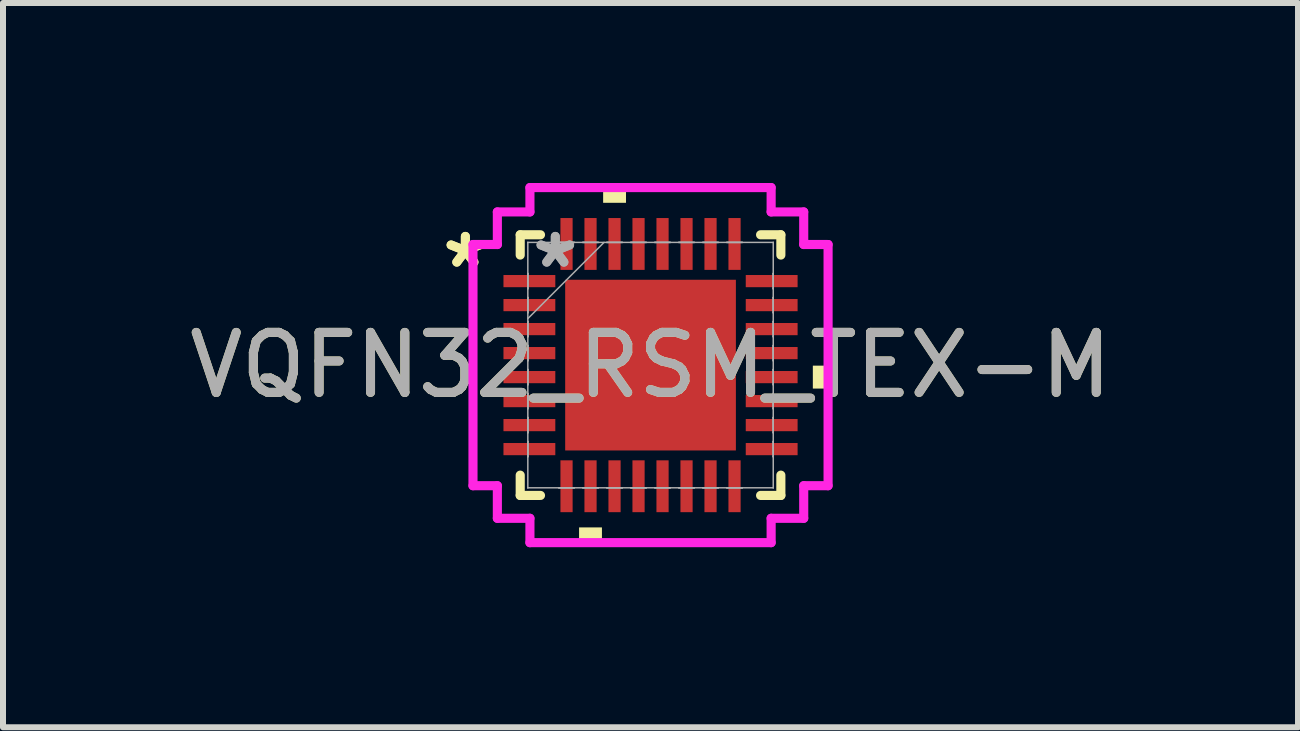
<source format=kicad_pcb>
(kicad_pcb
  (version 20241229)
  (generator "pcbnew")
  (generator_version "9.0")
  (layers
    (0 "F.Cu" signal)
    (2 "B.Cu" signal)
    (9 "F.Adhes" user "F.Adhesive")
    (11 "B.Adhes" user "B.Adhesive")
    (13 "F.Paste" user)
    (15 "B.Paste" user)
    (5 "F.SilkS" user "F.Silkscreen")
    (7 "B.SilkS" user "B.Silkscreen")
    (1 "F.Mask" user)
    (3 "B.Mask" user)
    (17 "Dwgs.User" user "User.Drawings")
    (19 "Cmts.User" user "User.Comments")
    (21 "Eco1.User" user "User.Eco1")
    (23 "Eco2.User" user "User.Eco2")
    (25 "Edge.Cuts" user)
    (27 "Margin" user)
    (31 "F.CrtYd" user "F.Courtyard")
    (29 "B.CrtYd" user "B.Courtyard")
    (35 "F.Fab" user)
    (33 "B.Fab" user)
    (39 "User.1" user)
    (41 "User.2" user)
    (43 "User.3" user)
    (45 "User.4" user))
  (footprint "VQFN32_RSM_TEX-M"
    (layer "F.Cu")
    (at 7.792 3.035)
    (property "Reference" "VQFN32_RSM_TEX-M" (at 0 0 0) (unlocked yes) (layer "F.SilkS") (effects (font (size 1 1) (thickness 0.15))))
    (attr smd)
    (fp_line (start -2.172 -2.172) (end -2.172 -1.834) (stroke (width 0.152) (type solid)) (layer "F.SilkS"))
    (fp_line (start -2.172 1.834) (end -2.172 2.172) (stroke (width 0.152) (type solid)) (layer "F.SilkS"))
    (fp_line (start -2.172 2.172) (end -1.834 2.172) (stroke (width 0.152) (type solid)) (layer "F.SilkS"))
    (fp_line (start -1.834 -2.172) (end -2.172 -2.172) (stroke (width 0.152) (type solid)) (layer "F.SilkS"))
    (fp_line (start 1.834 2.172) (end 2.172 2.172) (stroke (width 0.152) (type solid)) (layer "F.SilkS"))
    (fp_line (start 2.172 -2.172) (end 1.834 -2.172) (stroke (width 0.152) (type solid)) (layer "F.SilkS"))
    (fp_line (start 2.172 -1.834) (end 2.172 -2.172) (stroke (width 0.152) (type solid)) (layer "F.SilkS"))
    (fp_line (start 2.172 2.172) (end 2.172 1.834) (stroke (width 0.152) (type solid)) (layer "F.SilkS"))
    (fp_poly (pts (xy -1.191 2.705) (xy -1.191 2.959) (xy -0.81 2.959) (xy -0.81 2.705)) (stroke (width 0) (type solid)) (fill yes) (layer "F.SilkS"))
    (fp_poly (pts (xy -0.79 -2.705) (xy -0.79 -2.959) (xy -0.409 -2.959) (xy -0.409 -2.705)) (stroke (width 0) (type solid)) (fill yes) (layer "F.SilkS"))
    (fp_poly (pts (xy 2.959 0.009) (xy 2.959 0.391) (xy 2.705 0.391) (xy 2.705 0.009)) (stroke (width 0) (type solid)) (fill yes) (layer "F.SilkS"))
    (fp_poly (pts (xy -1.322 -1.322) (xy -1.322 -0.1) (xy -0.1 -0.1) (xy -0.1 -1.322)) (stroke (width 0) (type solid)) (fill yes) (layer "F.Paste"))
    (fp_poly (pts (xy -1.322 0.1) (xy -1.322 1.322) (xy -0.1 1.322) (xy -0.1 0.1)) (stroke (width 0) (type solid)) (fill yes) (layer "F.Paste"))
    (fp_poly (pts (xy 0.1 -1.322) (xy 0.1 -0.1) (xy 1.322 -0.1) (xy 1.322 -1.322)) (stroke (width 0) (type solid)) (fill yes) (layer "F.Paste"))
    (fp_poly (pts (xy 0.1 0.1) (xy 0.1 1.322) (xy 1.322 1.322) (xy 1.322 0.1)) (stroke (width 0) (type solid)) (fill yes) (layer "F.Paste"))
    (fp_line (start -2.959 -2.01) (end -2.553 -2.01) (stroke (width 0.152) (type solid)) (layer "F.CrtYd"))
    (fp_line (start -2.959 2.01) (end -2.959 -2.01) (stroke (width 0.152) (type solid)) (layer "F.CrtYd"))
    (fp_line (start -2.553 -2.553) (end -2.01 -2.553) (stroke (width 0.152) (type solid)) (layer "F.CrtYd"))
    (fp_line (start -2.553 -2.01) (end -2.553 -2.553) (stroke (width 0.152) (type solid)) (layer "F.CrtYd"))
    (fp_line (start -2.553 2.01) (end -2.959 2.01) (stroke (width 0.152) (type solid)) (layer "F.CrtYd"))
    (fp_line (start -2.553 2.553) (end -2.553 2.01) (stroke (width 0.152) (type solid)) (layer "F.CrtYd"))
    (fp_line (start -2.01 -2.959) (end 2.01 -2.959) (stroke (width 0.152) (type solid)) (layer "F.CrtYd"))
    (fp_line (start -2.01 -2.553) (end -2.01 -2.959) (stroke (width 0.152) (type solid)) (layer "F.CrtYd"))
    (fp_line (start -2.01 2.553) (end -2.553 2.553) (stroke (width 0.152) (type solid)) (layer "F.CrtYd"))
    (fp_line (start -2.01 2.959) (end -2.01 2.553) (stroke (width 0.152) (type solid)) (layer "F.CrtYd"))
    (fp_line (start 2.01 -2.959) (end 2.01 -2.553) (stroke (width 0.152) (type solid)) (layer "F.CrtYd"))
    (fp_line (start 2.01 -2.553) (end 2.553 -2.553) (stroke (width 0.152) (type solid)) (layer "F.CrtYd"))
    (fp_line (start 2.01 2.553) (end 2.01 2.959) (stroke (width 0.152) (type solid)) (layer "F.CrtYd"))
    (fp_line (start 2.01 2.959) (end -2.01 2.959) (stroke (width 0.152) (type solid)) (layer "F.CrtYd"))
    (fp_line (start 2.553 -2.553) (end 2.553 -2.01) (stroke (width 0.152) (type solid)) (layer "F.CrtYd"))
    (fp_line (start 2.553 -2.01) (end 2.959 -2.01) (stroke (width 0.152) (type solid)) (layer "F.CrtYd"))
    (fp_line (start 2.553 2.01) (end 2.553 2.553) (stroke (width 0.152) (type solid)) (layer "F.CrtYd"))
    (fp_line (start 2.553 2.553) (end 2.01 2.553) (stroke (width 0.152) (type solid)) (layer "F.CrtYd"))
    (fp_line (start 2.959 -2.01) (end 2.959 2.01) (stroke (width 0.152) (type solid)) (layer "F.CrtYd"))
    (fp_line (start 2.959 2.01) (end 2.553 2.01) (stroke (width 0.152) (type solid)) (layer "F.CrtYd"))
    (fp_line (start -2.045 -2.045) (end -2.045 -2.045) (stroke (width 0.025) (type solid)) (layer "F.Fab"))
    (fp_line (start -2.045 -2.045) (end -2.045 2.045) (stroke (width 0.025) (type solid)) (layer "F.Fab"))
    (fp_line (start -2.045 -1.527) (end -2.045 -1.527) (stroke (width 0.025) (type solid)) (layer "F.Fab"))
    (fp_line (start -2.045 -1.527) (end -2.045 -1.273) (stroke (width 0.025) (type solid)) (layer "F.Fab"))
    (fp_line (start -2.045 -1.273) (end -2.045 -1.527) (stroke (width 0.025) (type solid)) (layer "F.Fab"))
    (fp_line (start -2.045 -1.273) (end -2.045 -1.273) (stroke (width 0.025) (type solid)) (layer "F.Fab"))
    (fp_line (start -2.045 -1.127) (end -2.045 -1.127) (stroke (width 0.025) (type solid)) (layer "F.Fab"))
    (fp_line (start -2.045 -1.127) (end -2.045 -0.873) (stroke (width 0.025) (type solid)) (layer "F.Fab"))
    (fp_line (start -2.045 -0.873) (end -2.045 -1.127) (stroke (width 0.025) (type solid)) (layer "F.Fab"))
    (fp_line (start -2.045 -0.873) (end -2.045 -0.873) (stroke (width 0.025) (type solid)) (layer "F.Fab"))
    (fp_line (start -2.045 -0.775) (end -0.775 -2.045) (stroke (width 0.025) (type solid)) (layer "F.Fab"))
    (fp_line (start -2.045 -0.727) (end -2.045 -0.727) (stroke (width 0.025) (type solid)) (layer "F.Fab"))
    (fp_line (start -2.045 -0.727) (end -2.045 -0.473) (stroke (width 0.025) (type solid)) (layer "F.Fab"))
    (fp_line (start -2.045 -0.473) (end -2.045 -0.727) (stroke (width 0.025) (type solid)) (layer "F.Fab"))
    (fp_line (start -2.045 -0.473) (end -2.045 -0.473) (stroke (width 0.025) (type solid)) (layer "F.Fab"))
    (fp_line (start -2.045 -0.327) (end -2.045 -0.327) (stroke (width 0.025) (type solid)) (layer "F.Fab"))
    (fp_line (start -2.045 -0.327) (end -2.045 -0.073) (stroke (width 0.025) (type solid)) (layer "F.Fab"))
    (fp_line (start -2.045 -0.073) (end -2.045 -0.327) (stroke (width 0.025) (type solid)) (layer "F.Fab"))
    (fp_line (start -2.045 -0.073) (end -2.045 -0.073) (stroke (width 0.025) (type solid)) (layer "F.Fab"))
    (fp_line (start -2.045 0.073) (end -2.045 0.073) (stroke (width 0.025) (type solid)) (layer "F.Fab"))
    (fp_line (start -2.045 0.073) (end -2.045 0.327) (stroke (width 0.025) (type solid)) (layer "F.Fab"))
    (fp_line (start -2.045 0.327) (end -2.045 0.073) (stroke (width 0.025) (type solid)) (layer "F.Fab"))
    (fp_line (start -2.045 0.327) (end -2.045 0.327) (stroke (width 0.025) (type solid)) (layer "F.Fab"))
    (fp_line (start -2.045 0.473) (end -2.045 0.473) (stroke (width 0.025) (type solid)) (layer "F.Fab"))
    (fp_line (start -2.045 0.473) (end -2.045 0.727) (stroke (width 0.025) (type solid)) (layer "F.Fab"))
    (fp_line (start -2.045 0.727) (end -2.045 0.473) (stroke (width 0.025) (type solid)) (layer "F.Fab"))
    (fp_line (start -2.045 0.727) (end -2.045 0.727) (stroke (width 0.025) (type solid)) (layer "F.Fab"))
    (fp_line (start -2.045 0.873) (end -2.045 0.873) (stroke (width 0.025) (type solid)) (layer "F.Fab"))
    (fp_line (start -2.045 0.873) (end -2.045 1.127) (stroke (width 0.025) (type solid)) (layer "F.Fab"))
    (fp_line (start -2.045 1.127) (end -2.045 0.873) (stroke (width 0.025) (type solid)) (layer "F.Fab"))
    (fp_line (start -2.045 1.127) (end -2.045 1.127) (stroke (width 0.025) (type solid)) (layer "F.Fab"))
    (fp_line (start -2.045 1.273) (end -2.045 1.273) (stroke (width 0.025) (type solid)) (layer "F.Fab"))
    (fp_line (start -2.045 1.273) (end -2.045 1.527) (stroke (width 0.025) (type solid)) (layer "F.Fab"))
    (fp_line (start -2.045 1.527) (end -2.045 1.273) (stroke (width 0.025) (type solid)) (layer "F.Fab"))
    (fp_line (start -2.045 1.527) (end -2.045 1.527) (stroke (width 0.025) (type solid)) (layer "F.Fab"))
    (fp_line (start -2.045 2.045) (end -2.045 2.045) (stroke (width 0.025) (type solid)) (layer "F.Fab"))
    (fp_line (start -2.045 2.045) (end 2.045 2.045) (stroke (width 0.025) (type solid)) (layer "F.Fab"))
    (fp_line (start -1.527 -2.045) (end -1.527 -2.045) (stroke (width 0.025) (type solid)) (layer "F.Fab"))
    (fp_line (start -1.527 -2.045) (end -1.273 -2.045) (stroke (width 0.025) (type solid)) (layer "F.Fab"))
    (fp_line (start -1.527 2.045) (end -1.527 2.045) (stroke (width 0.025) (type solid)) (layer "F.Fab"))
    (fp_line (start -1.527 2.045) (end -1.273 2.045) (stroke (width 0.025) (type solid)) (layer "F.Fab"))
    (fp_line (start -1.273 -2.045) (end -1.527 -2.045) (stroke (width 0.025) (type solid)) (layer "F.Fab"))
    (fp_line (start -1.273 -2.045) (end -1.273 -2.045) (stroke (width 0.025) (type solid)) (layer "F.Fab"))
    (fp_line (start -1.273 2.045) (end -1.527 2.045) (stroke (width 0.025) (type solid)) (layer "F.Fab"))
    (fp_line (start -1.273 2.045) (end -1.273 2.045) (stroke (width 0.025) (type solid)) (layer "F.Fab"))
    (fp_line (start -1.127 -2.045) (end -1.127 -2.045) (stroke (width 0.025) (type solid)) (layer "F.Fab"))
    (fp_line (start -1.127 -2.045) (end -0.873 -2.045) (stroke (width 0.025) (type solid)) (layer "F.Fab"))
    (fp_line (start -1.127 2.045) (end -1.127 2.045) (stroke (width 0.025) (type solid)) (layer "F.Fab"))
    (fp_line (start -1.127 2.045) (end -0.873 2.045) (stroke (width 0.025) (type solid)) (layer "F.Fab"))
    (fp_line (start -0.873 -2.045) (end -1.127 -2.045) (stroke (width 0.025) (type solid)) (layer "F.Fab"))
    (fp_line (start -0.873 -2.045) (end -0.873 -2.045) (stroke (width 0.025) (type solid)) (layer "F.Fab"))
    (fp_line (start -0.873 2.045) (end -1.127 2.045) (stroke (width 0.025) (type solid)) (layer "F.Fab"))
    (fp_line (start -0.873 2.045) (end -0.873 2.045) (stroke (width 0.025) (type solid)) (layer "F.Fab"))
    (fp_line (start -0.727 -2.045) (end -0.727 -2.045) (stroke (width 0.025) (type solid)) (layer "F.Fab"))
    (fp_line (start -0.727 -2.045) (end -0.473 -2.045) (stroke (width 0.025) (type solid)) (layer "F.Fab"))
    (fp_line (start -0.727 2.045) (end -0.727 2.045) (stroke (width 0.025) (type solid)) (layer "F.Fab"))
    (fp_line (start -0.727 2.045) (end -0.473 2.045) (stroke (width 0.025) (type solid)) (layer "F.Fab"))
    (fp_line (start -0.473 -2.045) (end -0.727 -2.045) (stroke (width 0.025) (type solid)) (layer "F.Fab"))
    (fp_line (start -0.473 -2.045) (end -0.473 -2.045) (stroke (width 0.025) (type solid)) (layer "F.Fab"))
    (fp_line (start -0.473 2.045) (end -0.727 2.045) (stroke (width 0.025) (type solid)) (layer "F.Fab"))
    (fp_line (start -0.473 2.045) (end -0.473 2.045) (stroke (width 0.025) (type solid)) (layer "F.Fab"))
    (fp_line (start -0.327 -2.045) (end -0.327 -2.045) (stroke (width 0.025) (type solid)) (layer "F.Fab"))
    (fp_line (start -0.327 -2.045) (end -0.073 -2.045) (stroke (width 0.025) (type solid)) (layer "F.Fab"))
    (fp_line (start -0.327 2.045) (end -0.327 2.045) (stroke (width 0.025) (type solid)) (layer "F.Fab"))
    (fp_line (start -0.327 2.045) (end -0.073 2.045) (stroke (width 0.025) (type solid)) (layer "F.Fab"))
    (fp_line (start -0.073 -2.045) (end -0.327 -2.045) (stroke (width 0.025) (type solid)) (layer "F.Fab"))
    (fp_line (start -0.073 -2.045) (end -0.073 -2.045) (stroke (width 0.025) (type solid)) (layer "F.Fab"))
    (fp_line (start -0.073 2.045) (end -0.327 2.045) (stroke (width 0.025) (type solid)) (layer "F.Fab"))
    (fp_line (start -0.073 2.045) (end -0.073 2.045) (stroke (width 0.025) (type solid)) (layer "F.Fab"))
    (fp_line (start 0.073 -2.045) (end 0.073 -2.045) (stroke (width 0.025) (type solid)) (layer "F.Fab"))
    (fp_line (start 0.073 -2.045) (end 0.327 -2.045) (stroke (width 0.025) (type solid)) (layer "F.Fab"))
    (fp_line (start 0.073 2.045) (end 0.073 2.045) (stroke (width 0.025) (type solid)) (layer "F.Fab"))
    (fp_line (start 0.073 2.045) (end 0.327 2.045) (stroke (width 0.025) (type solid)) (layer "F.Fab"))
    (fp_line (start 0.327 -2.045) (end 0.073 -2.045) (stroke (width 0.025) (type solid)) (layer "F.Fab"))
    (fp_line (start 0.327 -2.045) (end 0.327 -2.045) (stroke (width 0.025) (type solid)) (layer "F.Fab"))
    (fp_line (start 0.327 2.045) (end 0.073 2.045) (stroke (width 0.025) (type solid)) (layer "F.Fab"))
    (fp_line (start 0.327 2.045) (end 0.327 2.045) (stroke (width 0.025) (type solid)) (layer "F.Fab"))
    (fp_line (start 0.473 -2.045) (end 0.473 -2.045) (stroke (width 0.025) (type solid)) (layer "F.Fab"))
    (fp_line (start 0.473 -2.045) (end 0.727 -2.045) (stroke (width 0.025) (type solid)) (layer "F.Fab"))
    (fp_line (start 0.473 2.045) (end 0.473 2.045) (stroke (width 0.025) (type solid)) (layer "F.Fab"))
    (fp_line (start 0.473 2.045) (end 0.727 2.045) (stroke (width 0.025) (type solid)) (layer "F.Fab"))
    (fp_line (start 0.727 -2.045) (end 0.473 -2.045) (stroke (width 0.025) (type solid)) (layer "F.Fab"))
    (fp_line (start 0.727 -2.045) (end 0.727 -2.045) (stroke (width 0.025) (type solid)) (layer "F.Fab"))
    (fp_line (start 0.727 2.045) (end 0.473 2.045) (stroke (width 0.025) (type solid)) (layer "F.Fab"))
    (fp_line (start 0.727 2.045) (end 0.727 2.045) (stroke (width 0.025) (type solid)) (layer "F.Fab"))
    (fp_line (start 0.873 -2.045) (end 0.873 -2.045) (stroke (width 0.025) (type solid)) (layer "F.Fab"))
    (fp_line (start 0.873 -2.045) (end 1.127 -2.045) (stroke (width 0.025) (type solid)) (layer "F.Fab"))
    (fp_line (start 0.873 2.045) (end 0.873 2.045) (stroke (width 0.025) (type solid)) (layer "F.Fab"))
    (fp_line (start 0.873 2.045) (end 1.127 2.045) (stroke (width 0.025) (type solid)) (layer "F.Fab"))
    (fp_line (start 1.127 -2.045) (end 0.873 -2.045) (stroke (width 0.025) (type solid)) (layer "F.Fab"))
    (fp_line (start 1.127 -2.045) (end 1.127 -2.045) (stroke (width 0.025) (type solid)) (layer "F.Fab"))
    (fp_line (start 1.127 2.045) (end 0.873 2.045) (stroke (width 0.025) (type solid)) (layer "F.Fab"))
    (fp_line (start 1.127 2.045) (end 1.127 2.045) (stroke (width 0.025) (type solid)) (layer "F.Fab"))
    (fp_line (start 1.273 -2.045) (end 1.273 -2.045) (stroke (width 0.025) (type solid)) (layer "F.Fab"))
    (fp_line (start 1.273 -2.045) (end 1.527 -2.045) (stroke (width 0.025) (type solid)) (layer "F.Fab"))
    (fp_line (start 1.273 2.045) (end 1.273 2.045) (stroke (width 0.025) (type solid)) (layer "F.Fab"))
    (fp_line (start 1.273 2.045) (end 1.527 2.045) (stroke (width 0.025) (type solid)) (layer "F.Fab"))
    (fp_line (start 1.527 -2.045) (end 1.273 -2.045) (stroke (width 0.025) (type solid)) (layer "F.Fab"))
    (fp_line (start 1.527 -2.045) (end 1.527 -2.045) (stroke (width 0.025) (type solid)) (layer "F.Fab"))
    (fp_line (start 1.527 2.045) (end 1.273 2.045) (stroke (width 0.025) (type solid)) (layer "F.Fab"))
    (fp_line (start 1.527 2.045) (end 1.527 2.045) (stroke (width 0.025) (type solid)) (layer "F.Fab"))
    (fp_line (start 2.045 -2.045) (end -2.045 -2.045) (stroke (width 0.025) (type solid)) (layer "F.Fab"))
    (fp_line (start 2.045 -2.045) (end 2.045 -2.045) (stroke (width 0.025) (type solid)) (layer "F.Fab"))
    (fp_line (start 2.045 -1.527) (end 2.045 -1.527) (stroke (width 0.025) (type solid)) (layer "F.Fab"))
    (fp_line (start 2.045 -1.527) (end 2.045 -1.273) (stroke (width 0.025) (type solid)) (layer "F.Fab"))
    (fp_line (start 2.045 -1.273) (end 2.045 -1.527) (stroke (width 0.025) (type solid)) (layer "F.Fab"))
    (fp_line (start 2.045 -1.273) (end 2.045 -1.273) (stroke (width 0.025) (type solid)) (layer "F.Fab"))
    (fp_line (start 2.045 -1.127) (end 2.045 -1.127) (stroke (width 0.025) (type solid)) (layer "F.Fab"))
    (fp_line (start 2.045 -1.127) (end 2.045 -0.873) (stroke (width 0.025) (type solid)) (layer "F.Fab"))
    (fp_line (start 2.045 -0.873) (end 2.045 -1.127) (stroke (width 0.025) (type solid)) (layer "F.Fab"))
    (fp_line (start 2.045 -0.873) (end 2.045 -0.873) (stroke (width 0.025) (type solid)) (layer "F.Fab"))
    (fp_line (start 2.045 -0.727) (end 2.045 -0.727) (stroke (width 0.025) (type solid)) (layer "F.Fab"))
    (fp_line (start 2.045 -0.727) (end 2.045 -0.473) (stroke (width 0.025) (type solid)) (layer "F.Fab"))
    (fp_line (start 2.045 -0.473) (end 2.045 -0.727) (stroke (width 0.025) (type solid)) (layer "F.Fab"))
    (fp_line (start 2.045 -0.473) (end 2.045 -0.473) (stroke (width 0.025) (type solid)) (layer "F.Fab"))
    (fp_line (start 2.045 -0.327) (end 2.045 -0.327) (stroke (width 0.025) (type solid)) (layer "F.Fab"))
    (fp_line (start 2.045 -0.327) (end 2.045 -0.073) (stroke (width 0.025) (type solid)) (layer "F.Fab"))
    (fp_line (start 2.045 -0.073) (end 2.045 -0.327) (stroke (width 0.025) (type solid)) (layer "F.Fab"))
    (fp_line (start 2.045 -0.073) (end 2.045 -0.073) (stroke (width 0.025) (type solid)) (layer "F.Fab"))
    (fp_line (start 2.045 0.073) (end 2.045 0.073) (stroke (width 0.025) (type solid)) (layer "F.Fab"))
    (fp_line (start 2.045 0.073) (end 2.045 0.327) (stroke (width 0.025) (type solid)) (layer "F.Fab"))
    (fp_line (start 2.045 0.327) (end 2.045 0.073) (stroke (width 0.025) (type solid)) (layer "F.Fab"))
    (fp_line (start 2.045 0.327) (end 2.045 0.327) (stroke (width 0.025) (type solid)) (layer "F.Fab"))
    (fp_line (start 2.045 0.473) (end 2.045 0.473) (stroke (width 0.025) (type solid)) (layer "F.Fab"))
    (fp_line (start 2.045 0.473) (end 2.045 0.727) (stroke (width 0.025) (type solid)) (layer "F.Fab"))
    (fp_line (start 2.045 0.727) (end 2.045 0.473) (stroke (width 0.025) (type solid)) (layer "F.Fab"))
    (fp_line (start 2.045 0.727) (end 2.045 0.727) (stroke (width 0.025) (type solid)) (layer "F.Fab"))
    (fp_line (start 2.045 0.873) (end 2.045 0.873) (stroke (width 0.025) (type solid)) (layer "F.Fab"))
    (fp_line (start 2.045 0.873) (end 2.045 1.127) (stroke (width 0.025) (type solid)) (layer "F.Fab"))
    (fp_line (start 2.045 1.127) (end 2.045 0.873) (stroke (width 0.025) (type solid)) (layer "F.Fab"))
    (fp_line (start 2.045 1.127) (end 2.045 1.127) (stroke (width 0.025) (type solid)) (layer "F.Fab"))
    (fp_line (start 2.045 1.273) (end 2.045 1.273) (stroke (width 0.025) (type solid)) (layer "F.Fab"))
    (fp_line (start 2.045 1.273) (end 2.045 1.527) (stroke (width 0.025) (type solid)) (layer "F.Fab"))
    (fp_line (start 2.045 1.527) (end 2.045 1.273) (stroke (width 0.025) (type solid)) (layer "F.Fab"))
    (fp_line (start 2.045 1.527) (end 2.045 1.527) (stroke (width 0.025) (type solid)) (layer "F.Fab"))
    (fp_line (start 2.045 2.045) (end 2.045 -2.045) (stroke (width 0.025) (type solid)) (layer "F.Fab"))
    (fp_line (start 2.045 2.045) (end 2.045 2.045) (stroke (width 0.025) (type solid)) (layer "F.Fab"))
    (fp_text user "*" (at -3.086 -1.6 0) (layer "F.SilkS") (effects (font (size 1 1) (thickness 0.15))))
    (fp_text user "*" (at -3.086 -1.6 0) (unlocked yes) (layer "F.SilkS") (effects (font (size 1 1) (thickness 0.15))))
    (fp_text user "*" (at -1.587 -1.6 0) (unlocked yes) (layer "F.Fab") (effects (font (size 1 1) (thickness 0.15))))
    (fp_text user "${REFERENCE}" (at 0 0 0) (unlocked yes) (layer "F.Fab") (effects (font (size 1 1) (thickness 0.15))))
    (fp_text user "*" (at -1.587 -1.6 0) (layer "F.Fab") (effects (font (size 1 1) (thickness 0.15))))
    (pad "1" smd rect (at -2.019 -1.4 90) (size 0.203 0.864) (layers "F.Cu" "F.Mask" "F.Paste"))
    (pad "2" smd rect (at -2.019 -1 90) (size 0.203 0.864) (layers "F.Cu" "F.Mask" "F.Paste"))
    (pad "3" smd rect (at -2.019 -0.6 90) (size 0.203 0.864) (layers "F.Cu" "F.Mask" "F.Paste"))
    (pad "4" smd rect (at -2.019 -0.2 90) (size 0.203 0.864) (layers "F.Cu" "F.Mask" "F.Paste"))
    (pad "5" smd rect (at -2.019 0.2 90) (size 0.203 0.864) (layers "F.Cu" "F.Mask" "F.Paste"))
    (pad "6" smd rect (at -2.019 0.6 90) (size 0.203 0.864) (layers "F.Cu" "F.Mask" "F.Paste"))
    (pad "7" smd rect (at -2.019 1 90) (size 0.203 0.864) (layers "F.Cu" "F.Mask" "F.Paste"))
    (pad "8" smd rect (at -2.019 1.4 90) (size 0.203 0.864) (layers "F.Cu" "F.Mask" "F.Paste"))
    (pad "9" smd rect (at -1.4 2.019) (size 0.203 0.864) (layers "F.Cu" "F.Mask" "F.Paste"))
    (pad "10" smd rect (at -1 2.019) (size 0.203 0.864) (layers "F.Cu" "F.Mask" "F.Paste"))
    (pad "11" smd rect (at -0.6 2.019) (size 0.203 0.864) (layers "F.Cu" "F.Mask" "F.Paste"))
    (pad "12" smd rect (at -0.2 2.019) (size 0.203 0.864) (layers "F.Cu" "F.Mask" "F.Paste"))
    (pad "13" smd rect (at 0.2 2.019) (size 0.203 0.864) (layers "F.Cu" "F.Mask" "F.Paste"))
    (pad "14" smd rect (at 0.6 2.019) (size 0.203 0.864) (layers "F.Cu" "F.Mask" "F.Paste"))
    (pad "15" smd rect (at 1 2.019) (size 0.203 0.864) (layers "F.Cu" "F.Mask" "F.Paste"))
    (pad "16" smd rect (at 1.4 2.019) (size 0.203 0.864) (layers "F.Cu" "F.Mask" "F.Paste"))
    (pad "17" smd rect (at 2.019 1.4 90) (size 0.203 0.864) (layers "F.Cu" "F.Mask" "F.Paste"))
    (pad "18" smd rect (at 2.019 1 90) (size 0.203 0.864) (layers "F.Cu" "F.Mask" "F.Paste"))
    (pad "19" smd rect (at 2.019 0.6 90) (size 0.203 0.864) (layers "F.Cu" "F.Mask" "F.Paste"))
    (pad "20" smd rect (at 2.019 0.2 90) (size 0.203 0.864) (layers "F.Cu" "F.Mask" "F.Paste"))
    (pad "21" smd rect (at 2.019 -0.2 90) (size 0.203 0.864) (layers "F.Cu" "F.Mask" "F.Paste"))
    (pad "22" smd rect (at 2.019 -0.6 90) (size 0.203 0.864) (layers "F.Cu" "F.Mask" "F.Paste"))
    (pad "23" smd rect (at 2.019 -1 90) (size 0.203 0.864) (layers "F.Cu" "F.Mask" "F.Paste"))
    (pad "24" smd rect (at 2.019 -1.4 90) (size 0.203 0.864) (layers "F.Cu" "F.Mask" "F.Paste"))
    (pad "25" smd rect (at 1.4 -2.019) (size 0.203 0.864) (layers "F.Cu" "F.Mask" "F.Paste"))
    (pad "26" smd rect (at 1 -2.019) (size 0.203 0.864) (layers "F.Cu" "F.Mask" "F.Paste"))
    (pad "27" smd rect (at 0.6 -2.019) (size 0.203 0.864) (layers "F.Cu" "F.Mask" "F.Paste"))
    (pad "28" smd rect (at 0.2 -2.019) (size 0.203 0.864) (layers "F.Cu" "F.Mask" "F.Paste"))
    (pad "29" smd rect (at -0.2 -2.019) (size 0.203 0.864) (layers "F.Cu" "F.Mask" "F.Paste"))
    (pad "30" smd rect (at -0.6 -2.019) (size 0.203 0.864) (layers "F.Cu" "F.Mask" "F.Paste"))
    (pad "31" smd rect (at -1 -2.019) (size 0.203 0.864) (layers "F.Cu" "F.Mask" "F.Paste"))
    (pad "32" smd rect (at -1.4 -2.019) (size 0.203 0.864) (layers "F.Cu" "F.Mask" "F.Paste"))
    (pad "33" smd rect (at 0 0) (size 2.845 2.845) (layers "F.Cu" "F.Mask" "F.Paste")))
  (gr_rect
    (start -3 -3)
    (end 18.583 9.071)
    (stroke (width 0.1) (type default))
    (fill no)
    (layer "Edge.Cuts")))
</source>
